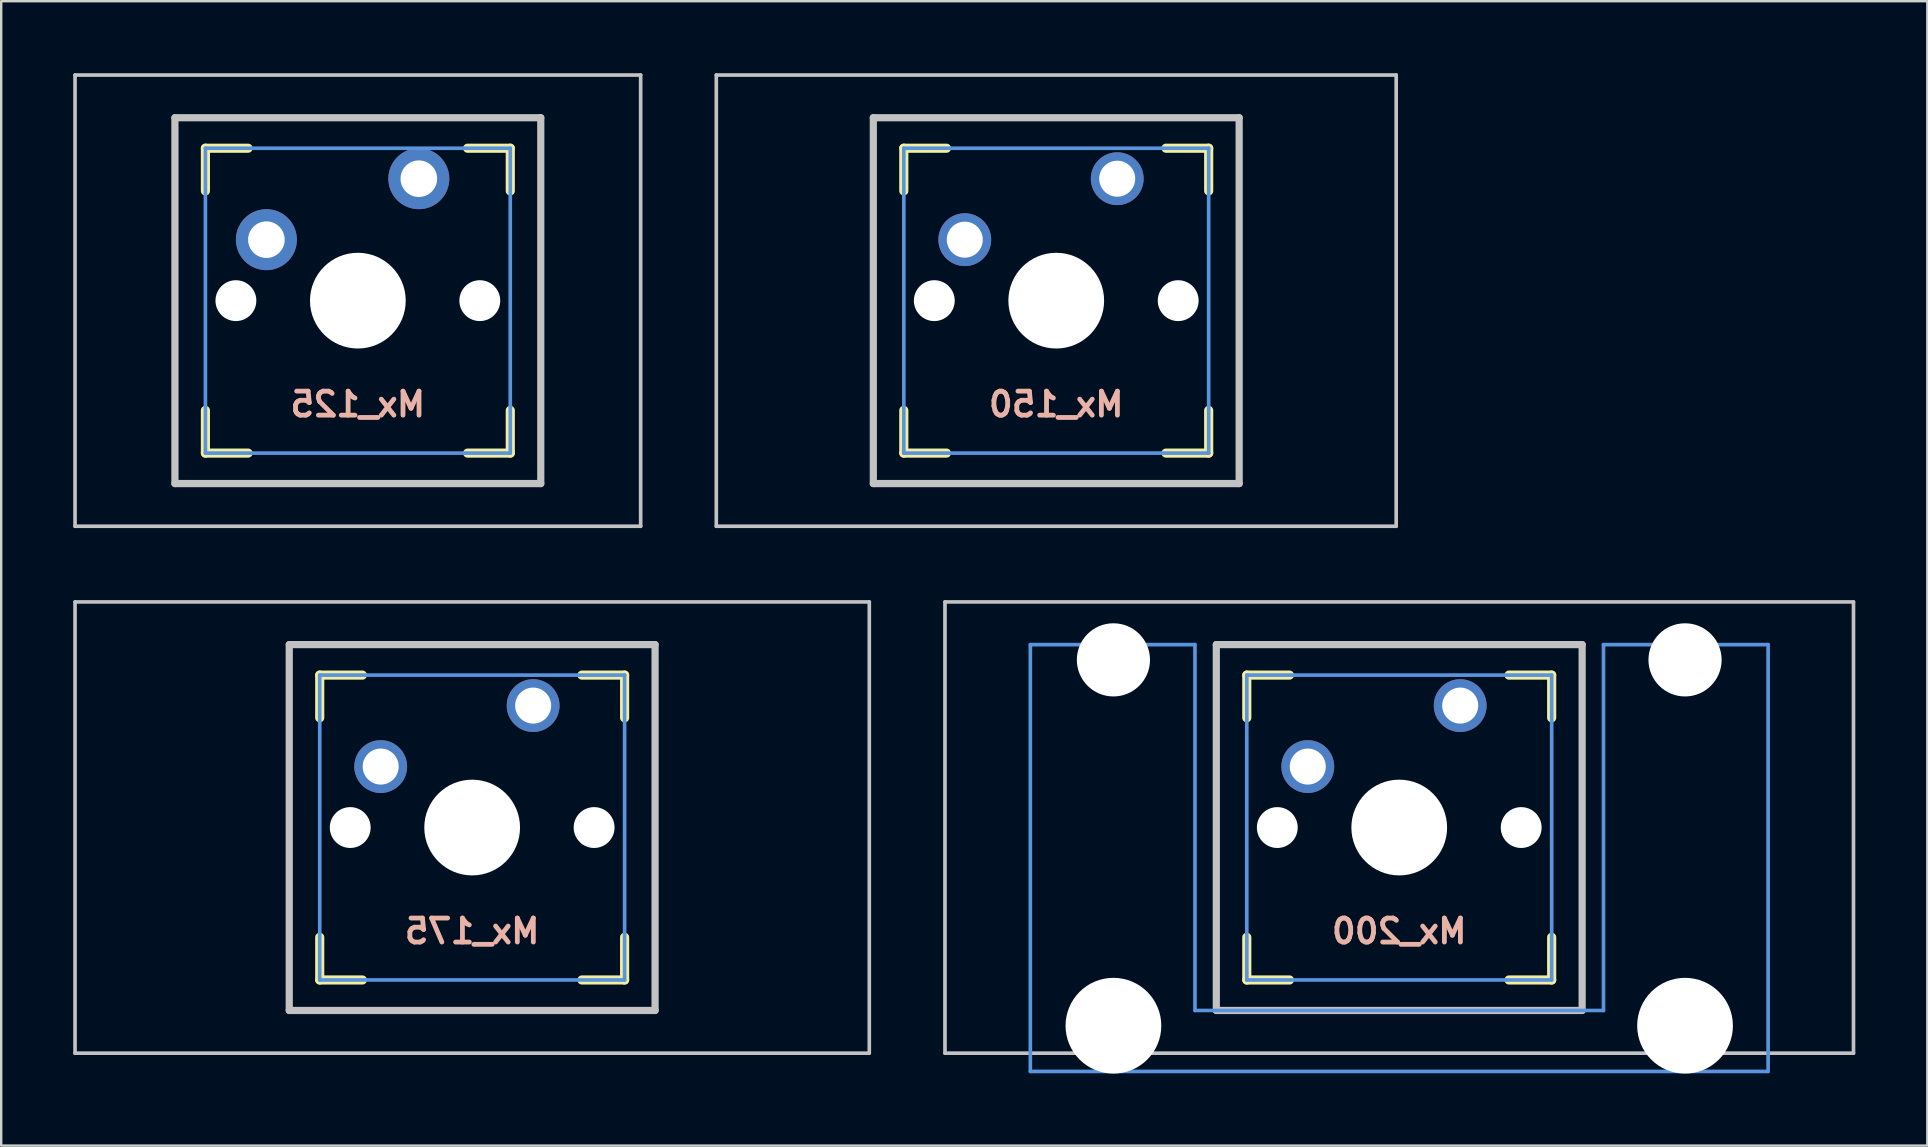
<source format=kicad_pcb>
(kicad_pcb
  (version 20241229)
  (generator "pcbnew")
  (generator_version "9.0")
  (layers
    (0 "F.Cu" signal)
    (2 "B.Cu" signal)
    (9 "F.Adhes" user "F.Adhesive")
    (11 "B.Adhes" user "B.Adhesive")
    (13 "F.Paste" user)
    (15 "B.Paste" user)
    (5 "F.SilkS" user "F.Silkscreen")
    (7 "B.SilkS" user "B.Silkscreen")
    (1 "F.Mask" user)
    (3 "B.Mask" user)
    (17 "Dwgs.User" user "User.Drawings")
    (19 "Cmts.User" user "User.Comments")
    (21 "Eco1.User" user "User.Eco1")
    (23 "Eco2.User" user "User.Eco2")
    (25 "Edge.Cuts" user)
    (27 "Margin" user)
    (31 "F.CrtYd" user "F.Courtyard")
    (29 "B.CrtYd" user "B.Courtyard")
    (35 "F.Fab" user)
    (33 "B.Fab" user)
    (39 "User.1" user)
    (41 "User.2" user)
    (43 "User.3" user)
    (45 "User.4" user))
  (footprint "Mx_125"
    (layer "F.Cu")
    (at 11.857 9.474)
    (property "Reference" "Mx_125" (at 0 4.318 0) (layer "B.SilkS") (effects (font (size 1 1) (thickness 0.2)) (justify mirror)))
    (attr through_hole)
    (fp_line (start -6.35 -6.35) (end -4.572 -6.35) (stroke (width 0.381) (type solid)) (layer "F.SilkS"))
    (fp_line (start -6.35 -4.572) (end -6.35 -6.35) (stroke (width 0.381) (type solid)) (layer "F.SilkS"))
    (fp_line (start -6.35 6.35) (end -6.35 4.572) (stroke (width 0.381) (type solid)) (layer "F.SilkS"))
    (fp_line (start -4.572 6.35) (end -6.35 6.35) (stroke (width 0.381) (type solid)) (layer "F.SilkS"))
    (fp_line (start 4.572 -6.35) (end 6.35 -6.35) (stroke (width 0.381) (type solid)) (layer "F.SilkS"))
    (fp_line (start 6.35 -6.35) (end 6.35 -4.572) (stroke (width 0.381) (type solid)) (layer "F.SilkS"))
    (fp_line (start 6.35 4.572) (end 6.35 6.35) (stroke (width 0.381) (type solid)) (layer "F.SilkS"))
    (fp_line (start 6.35 6.35) (end 4.572 6.35) (stroke (width 0.381) (type solid)) (layer "F.SilkS"))
    (fp_line (start -11.781 -9.398) (end 11.781 -9.398) (stroke (width 0.152) (type solid)) (layer "Dwgs.User"))
    (fp_line (start -11.781 9.398) (end -11.781 -9.398) (stroke (width 0.152) (type solid)) (layer "Dwgs.User"))
    (fp_line (start -7.62 -7.62) (end 7.62 -7.62) (stroke (width 0.3) (type solid)) (layer "Dwgs.User"))
    (fp_line (start -7.62 7.62) (end -7.62 -7.62) (stroke (width 0.3) (type solid)) (layer "Dwgs.User"))
    (fp_line (start 7.62 -7.62) (end 7.62 7.62) (stroke (width 0.3) (type solid)) (layer "Dwgs.User"))
    (fp_line (start 7.62 7.62) (end -7.62 7.62) (stroke (width 0.3) (type solid)) (layer "Dwgs.User"))
    (fp_line (start 11.781 -9.398) (end 11.781 9.398) (stroke (width 0.152) (type solid)) (layer "Dwgs.User"))
    (fp_line (start 11.781 9.398) (end -11.781 9.398) (stroke (width 0.152) (type solid)) (layer "Dwgs.User"))
    (fp_line (start -6.35 -6.35) (end 6.35 -6.35) (stroke (width 0.152) (type solid)) (layer "Cmts.User"))
    (fp_line (start -6.35 6.35) (end -6.35 -6.35) (stroke (width 0.152) (type solid)) (layer "Cmts.User"))
    (fp_line (start 6.35 -6.35) (end 6.35 6.35) (stroke (width 0.152) (type solid)) (layer "Cmts.User"))
    (fp_line (start 6.35 6.35) (end -6.35 6.35) (stroke (width 0.152) (type solid)) (layer "Cmts.User"))
    (fp_line (start -6.985 -6.985) (end 6.985 -6.985) (stroke (width 0.152) (type solid)) (layer "Eco2.User"))
    (fp_line (start -6.985 6.985) (end -6.985 -6.985) (stroke (width 0.152) (type solid)) (layer "Eco2.User"))
    (fp_line (start 6.985 -6.985) (end 6.985 6.985) (stroke (width 0.152) (type solid)) (layer "Eco2.User"))
    (fp_line (start 6.985 6.985) (end -6.985 6.985) (stroke (width 0.152) (type solid)) (layer "Eco2.User"))
    (pad "" np_thru_hole circle (at -5.08 0) (size 1.702 1.702) (drill 1.702) (layers "*.Cu" "*.Mask"))
    (pad "" np_thru_hole circle (at 0 0) (size 3.988 3.988) (drill 3.988) (layers "*.Cu" "*.Mask"))
    (pad "" np_thru_hole circle (at 5.08 0) (size 1.702 1.702) (drill 1.702) (layers "*.Cu" "*.Mask"))
    (pad "1" thru_hole circle (at 2.54 -5.08) (size 2.54 2.54) (drill 1.524) (layers "*.Cu" "*.Mask"))
    (pad "2" thru_hole circle (at -3.81 -2.54) (size 2.54 2.54) (drill 1.524) (layers "*.Cu" "*.Mask")))
  (footprint "Mx_200"
    (layer "F.Cu")
    (at 55.238 31.423)
    (property "Reference" "Mx_200" (at 0 4.318 0) (layer "B.SilkS") (effects (font (size 1 1) (thickness 0.2)) (justify mirror)))
    (attr through_hole)
    (fp_line (start -6.35 -6.35) (end -4.572 -6.35) (stroke (width 0.381) (type solid)) (layer "F.SilkS"))
    (fp_line (start -6.35 -4.572) (end -6.35 -6.35) (stroke (width 0.381) (type solid)) (layer "F.SilkS"))
    (fp_line (start -6.35 6.35) (end -6.35 4.572) (stroke (width 0.381) (type solid)) (layer "F.SilkS"))
    (fp_line (start -4.572 6.35) (end -6.35 6.35) (stroke (width 0.381) (type solid)) (layer "F.SilkS"))
    (fp_line (start 4.572 -6.35) (end 6.35 -6.35) (stroke (width 0.381) (type solid)) (layer "F.SilkS"))
    (fp_line (start 6.35 -6.35) (end 6.35 -4.572) (stroke (width 0.381) (type solid)) (layer "F.SilkS"))
    (fp_line (start 6.35 4.572) (end 6.35 6.35) (stroke (width 0.381) (type solid)) (layer "F.SilkS"))
    (fp_line (start 6.35 6.35) (end 4.572 6.35) (stroke (width 0.381) (type solid)) (layer "F.SilkS"))
    (fp_line (start -18.923 -9.398) (end 18.923 -9.398) (stroke (width 0.152) (type solid)) (layer "Dwgs.User"))
    (fp_line (start -18.923 9.398) (end -18.923 -9.398) (stroke (width 0.152) (type solid)) (layer "Dwgs.User"))
    (fp_line (start -7.62 -7.62) (end 7.62 -7.62) (stroke (width 0.3) (type solid)) (layer "Dwgs.User"))
    (fp_line (start -7.62 7.62) (end -7.62 -7.62) (stroke (width 0.3) (type solid)) (layer "Dwgs.User"))
    (fp_line (start 7.62 -7.62) (end 7.62 7.62) (stroke (width 0.3) (type solid)) (layer "Dwgs.User"))
    (fp_line (start 7.62 7.62) (end -7.62 7.62) (stroke (width 0.3) (type solid)) (layer "Dwgs.User"))
    (fp_line (start 18.923 -9.398) (end 18.923 9.398) (stroke (width 0.152) (type solid)) (layer "Dwgs.User"))
    (fp_line (start 18.923 9.398) (end -18.923 9.398) (stroke (width 0.152) (type solid)) (layer "Dwgs.User"))
    (fp_line (start -15.367 -7.62) (end -15.367 10.16) (stroke (width 0.152) (type solid)) (layer "Cmts.User"))
    (fp_line (start -15.367 10.16) (end 15.367 10.16) (stroke (width 0.152) (type solid)) (layer "Cmts.User"))
    (fp_line (start -8.509 -7.62) (end -15.367 -7.62) (stroke (width 0.152) (type solid)) (layer "Cmts.User"))
    (fp_line (start -8.509 7.62) (end -8.509 -7.62) (stroke (width 0.152) (type solid)) (layer "Cmts.User"))
    (fp_line (start -6.35 -6.35) (end 6.35 -6.35) (stroke (width 0.152) (type solid)) (layer "Cmts.User"))
    (fp_line (start -6.35 6.35) (end -6.35 -6.35) (stroke (width 0.152) (type solid)) (layer "Cmts.User"))
    (fp_line (start 6.35 -6.35) (end 6.35 6.35) (stroke (width 0.152) (type solid)) (layer "Cmts.User"))
    (fp_line (start 6.35 6.35) (end -6.35 6.35) (stroke (width 0.152) (type solid)) (layer "Cmts.User"))
    (fp_line (start 8.509 -7.62) (end 8.509 7.62) (stroke (width 0.152) (type solid)) (layer "Cmts.User"))
    (fp_line (start 8.509 7.62) (end -8.509 7.62) (stroke (width 0.152) (type solid)) (layer "Cmts.User"))
    (fp_line (start 15.367 -7.62) (end 8.509 -7.62) (stroke (width 0.152) (type solid)) (layer "Cmts.User"))
    (fp_line (start 15.367 10.16) (end 15.367 -7.62) (stroke (width 0.152) (type solid)) (layer "Cmts.User"))
    (fp_line (start -16.129 -2.286) (end -15.265 -2.286) (stroke (width 0.152) (type solid)) (layer "Eco2.User"))
    (fp_line (start -16.129 0.508) (end -16.129 -2.286) (stroke (width 0.152) (type solid)) (layer "Eco2.User"))
    (fp_line (start -15.265 -5.69) (end -8.611 -5.69) (stroke (width 0.152) (type solid)) (layer "Eco2.User"))
    (fp_line (start -15.265 -2.286) (end -15.265 -5.69) (stroke (width 0.152) (type solid)) (layer "Eco2.User"))
    (fp_line (start -15.265 0.508) (end -16.129 0.508) (stroke (width 0.152) (type solid)) (layer "Eco2.User"))
    (fp_line (start -15.265 6.604) (end -15.265 0.508) (stroke (width 0.152) (type solid)) (layer "Eco2.User"))
    (fp_line (start -14.224 6.604) (end -15.265 6.604) (stroke (width 0.152) (type solid)) (layer "Eco2.User"))
    (fp_line (start -14.224 7.772) (end -14.224 6.604) (stroke (width 0.152) (type solid)) (layer "Eco2.User"))
    (fp_line (start -9.652 6.604) (end -9.652 7.772) (stroke (width 0.152) (type solid)) (layer "Eco2.User"))
    (fp_line (start -9.652 7.772) (end -14.224 7.772) (stroke (width 0.152) (type solid)) (layer "Eco2.User"))
    (fp_line (start -8.611 -5.69) (end -8.611 -4.877) (stroke (width 0.152) (type solid)) (layer "Eco2.User"))
    (fp_line (start -8.611 -4.877) (end -6.985 -4.877) (stroke (width 0.152) (type solid)) (layer "Eco2.User"))
    (fp_line (start -8.611 5.817) (end -8.611 6.604) (stroke (width 0.152) (type solid)) (layer "Eco2.User"))
    (fp_line (start -8.611 6.604) (end -9.652 6.604) (stroke (width 0.152) (type solid)) (layer "Eco2.User"))
    (fp_line (start -6.985 -6.985) (end 6.985 -6.985) (stroke (width 0.152) (type solid)) (layer "Eco2.User"))
    (fp_line (start -6.985 -6.985) (end 6.985 -6.985) (stroke (width 0.152) (type solid)) (layer "Eco2.User"))
    (fp_line (start -6.985 -4.877) (end -6.985 -6.985) (stroke (width 0.152) (type solid)) (layer "Eco2.User"))
    (fp_line (start -6.985 5.817) (end -8.611 5.817) (stroke (width 0.152) (type solid)) (layer "Eco2.User"))
    (fp_line (start -6.985 6.985) (end -6.985 -6.985) (stroke (width 0.152) (type solid)) (layer "Eco2.User"))
    (fp_line (start -6.985 6.985) (end -6.985 5.817) (stroke (width 0.152) (type solid)) (layer "Eco2.User"))
    (fp_line (start 6.985 -6.985) (end 6.985 -4.877) (stroke (width 0.152) (type solid)) (layer "Eco2.User"))
    (fp_line (start 6.985 -6.985) (end 6.985 6.985) (stroke (width 0.152) (type solid)) (layer "Eco2.User"))
    (fp_line (start 6.985 -4.877) (end 8.611 -4.877) (stroke (width 0.152) (type solid)) (layer "Eco2.User"))
    (fp_line (start 6.985 5.817) (end 6.985 6.985) (stroke (width 0.152) (type solid)) (layer "Eco2.User"))
    (fp_line (start 6.985 6.985) (end -6.985 6.985) (stroke (width 0.152) (type solid)) (layer "Eco2.User"))
    (fp_line (start 6.985 6.985) (end -6.985 6.985) (stroke (width 0.152) (type solid)) (layer "Eco2.User"))
    (fp_line (start 8.611 -5.69) (end 15.265 -5.69) (stroke (width 0.152) (type solid)) (layer "Eco2.User"))
    (fp_line (start 8.611 -4.877) (end 8.611 -5.69) (stroke (width 0.152) (type solid)) (layer "Eco2.User"))
    (fp_line (start 8.611 5.817) (end 6.985 5.817) (stroke (width 0.152) (type solid)) (layer "Eco2.User"))
    (fp_line (start 8.611 6.604) (end 8.611 5.817) (stroke (width 0.152) (type solid)) (layer "Eco2.User"))
    (fp_line (start 9.652 6.604) (end 8.611 6.604) (stroke (width 0.152) (type solid)) (layer "Eco2.User"))
    (fp_line (start 9.652 7.772) (end 9.652 6.604) (stroke (width 0.152) (type solid)) (layer "Eco2.User"))
    (fp_line (start 14.224 6.604) (end 14.224 7.772) (stroke (width 0.152) (type solid)) (layer "Eco2.User"))
    (fp_line (start 14.224 7.772) (end 9.652 7.772) (stroke (width 0.152) (type solid)) (layer "Eco2.User"))
    (fp_line (start 15.265 -5.69) (end 15.265 -2.286) (stroke (width 0.152) (type solid)) (layer "Eco2.User"))
    (fp_line (start 15.265 -2.286) (end 16.129 -2.286) (stroke (width 0.152) (type solid)) (layer "Eco2.User"))
    (fp_line (start 15.265 0.508) (end 15.265 6.604) (stroke (width 0.152) (type solid)) (layer "Eco2.User"))
    (fp_line (start 15.265 6.604) (end 14.224 6.604) (stroke (width 0.152) (type solid)) (layer "Eco2.User"))
    (fp_line (start 16.129 -2.286) (end 16.129 0.508) (stroke (width 0.152) (type solid)) (layer "Eco2.User"))
    (fp_line (start 16.129 0.508) (end 15.265 0.508) (stroke (width 0.152) (type solid)) (layer "Eco2.User"))
    (pad "" np_thru_hole circle (at -11.906 -6.985) (size 3.048 3.048) (drill 3.048) (layers "*.Cu" "*.Mask"))
    (pad "" np_thru_hole circle (at -11.906 8.255) (size 3.988 3.988) (drill 3.988) (layers "*.Cu" "*.Mask"))
    (pad "" np_thru_hole circle (at -5.08 0) (size 1.702 1.702) (drill 1.702) (layers "*.Cu" "*.Mask"))
    (pad "" np_thru_hole circle (at 0 0) (size 3.988 3.988) (drill 3.988) (layers "*.Cu" "*.Mask"))
    (pad "" np_thru_hole circle (at 5.08 0) (size 1.702 1.702) (drill 1.702) (layers "*.Cu" "*.Mask"))
    (pad "" np_thru_hole circle (at 11.906 -6.985) (size 3.048 3.048) (drill 3.048) (layers "*.Cu" "*.Mask"))
    (pad "" np_thru_hole circle (at 11.906 8.255) (size 3.988 3.988) (drill 3.988) (layers "*.Cu" "*.Mask"))
    (pad "1" thru_hole circle (at 2.54 -5.08) (size 2.2 2.2) (drill 1.5) (layers "*.Cu" "*.Mask"))
    (pad "2" thru_hole circle (at -3.81 -2.54) (size 2.2 2.2) (drill 1.5) (layers "*.Cu" "*.Mask")))
  (footprint "Mx_150"
    (layer "F.Cu")
    (at 40.95 9.474)
    (property "Reference" "Mx_150" (at 0 4.318 0) (layer "B.SilkS") (effects (font (size 1 1) (thickness 0.2)) (justify mirror)))
    (attr through_hole)
    (fp_line (start -6.35 -6.35) (end -4.572 -6.35) (stroke (width 0.381) (type solid)) (layer "F.SilkS"))
    (fp_line (start -6.35 -4.572) (end -6.35 -6.35) (stroke (width 0.381) (type solid)) (layer "F.SilkS"))
    (fp_line (start -6.35 6.35) (end -6.35 4.572) (stroke (width 0.381) (type solid)) (layer "F.SilkS"))
    (fp_line (start -4.572 6.35) (end -6.35 6.35) (stroke (width 0.381) (type solid)) (layer "F.SilkS"))
    (fp_line (start 4.572 -6.35) (end 6.35 -6.35) (stroke (width 0.381) (type solid)) (layer "F.SilkS"))
    (fp_line (start 6.35 -6.35) (end 6.35 -4.572) (stroke (width 0.381) (type solid)) (layer "F.SilkS"))
    (fp_line (start 6.35 4.572) (end 6.35 6.35) (stroke (width 0.381) (type solid)) (layer "F.SilkS"))
    (fp_line (start 6.35 6.35) (end 4.572 6.35) (stroke (width 0.381) (type solid)) (layer "F.SilkS"))
    (fp_line (start -14.161 -9.398) (end 14.161 -9.398) (stroke (width 0.152) (type solid)) (layer "Dwgs.User"))
    (fp_line (start -14.161 9.398) (end -14.161 -9.398) (stroke (width 0.152) (type solid)) (layer "Dwgs.User"))
    (fp_line (start -7.62 -7.62) (end 7.62 -7.62) (stroke (width 0.3) (type solid)) (layer "Dwgs.User"))
    (fp_line (start -7.62 7.62) (end -7.62 -7.62) (stroke (width 0.3) (type solid)) (layer "Dwgs.User"))
    (fp_line (start 7.62 -7.62) (end 7.62 7.62) (stroke (width 0.3) (type solid)) (layer "Dwgs.User"))
    (fp_line (start 7.62 7.62) (end -7.62 7.62) (stroke (width 0.3) (type solid)) (layer "Dwgs.User"))
    (fp_line (start 14.161 -9.398) (end 14.161 9.398) (stroke (width 0.152) (type solid)) (layer "Dwgs.User"))
    (fp_line (start 14.161 9.398) (end -14.161 9.398) (stroke (width 0.152) (type solid)) (layer "Dwgs.User"))
    (fp_line (start -6.35 -6.35) (end 6.35 -6.35) (stroke (width 0.152) (type solid)) (layer "Cmts.User"))
    (fp_line (start -6.35 6.35) (end -6.35 -6.35) (stroke (width 0.152) (type solid)) (layer "Cmts.User"))
    (fp_line (start 6.35 -6.35) (end 6.35 6.35) (stroke (width 0.152) (type solid)) (layer "Cmts.User"))
    (fp_line (start 6.35 6.35) (end -6.35 6.35) (stroke (width 0.152) (type solid)) (layer "Cmts.User"))
    (fp_line (start -6.985 -6.985) (end 6.985 -6.985) (stroke (width 0.152) (type solid)) (layer "Eco2.User"))
    (fp_line (start -6.985 6.985) (end -6.985 -6.985) (stroke (width 0.152) (type solid)) (layer "Eco2.User"))
    (fp_line (start 6.985 -6.985) (end 6.985 6.985) (stroke (width 0.152) (type solid)) (layer "Eco2.User"))
    (fp_line (start 6.985 6.985) (end -6.985 6.985) (stroke (width 0.152) (type solid)) (layer "Eco2.User"))
    (pad "" np_thru_hole circle (at -5.08 0) (size 1.702 1.702) (drill 1.702) (layers "*.Cu" "*.Mask"))
    (pad "" np_thru_hole circle (at 0 0) (size 3.988 3.988) (drill 3.988) (layers "*.Cu" "*.Mask"))
    (pad "" np_thru_hole circle (at 5.08 0) (size 1.702 1.702) (drill 1.702) (layers "*.Cu" "*.Mask"))
    (pad "1" thru_hole circle (at 2.54 -5.08) (size 2.2 2.2) (drill 1.5) (layers "*.Cu" "*.Mask"))
    (pad "2" thru_hole circle (at -3.81 -2.54) (size 2.2 2.2) (drill 1.5) (layers "*.Cu" "*.Mask")))
  (footprint "Mx_175"
    (layer "F.Cu")
    (at 16.619 31.423)
    (property "Reference" "Mx_175" (at 0 4.318 0) (layer "B.SilkS") (effects (font (size 1 1) (thickness 0.2)) (justify mirror)))
    (attr through_hole)
    (fp_line (start -6.35 -6.35) (end -4.572 -6.35) (stroke (width 0.381) (type solid)) (layer "F.SilkS"))
    (fp_line (start -6.35 -4.572) (end -6.35 -6.35) (stroke (width 0.381) (type solid)) (layer "F.SilkS"))
    (fp_line (start -6.35 6.35) (end -6.35 4.572) (stroke (width 0.381) (type solid)) (layer "F.SilkS"))
    (fp_line (start -4.572 6.35) (end -6.35 6.35) (stroke (width 0.381) (type solid)) (layer "F.SilkS"))
    (fp_line (start 4.572 -6.35) (end 6.35 -6.35) (stroke (width 0.381) (type solid)) (layer "F.SilkS"))
    (fp_line (start 6.35 -6.35) (end 6.35 -4.572) (stroke (width 0.381) (type solid)) (layer "F.SilkS"))
    (fp_line (start 6.35 4.572) (end 6.35 6.35) (stroke (width 0.381) (type solid)) (layer "F.SilkS"))
    (fp_line (start 6.35 6.35) (end 4.572 6.35) (stroke (width 0.381) (type solid)) (layer "F.SilkS"))
    (fp_line (start -16.543 -9.398) (end 16.543 -9.398) (stroke (width 0.152) (type solid)) (layer "Dwgs.User"))
    (fp_line (start -16.543 9.398) (end -16.543 -9.398) (stroke (width 0.152) (type solid)) (layer "Dwgs.User"))
    (fp_line (start -7.62 -7.62) (end 7.62 -7.62) (stroke (width 0.3) (type solid)) (layer "Dwgs.User"))
    (fp_line (start -7.62 7.62) (end -7.62 -7.62) (stroke (width 0.3) (type solid)) (layer "Dwgs.User"))
    (fp_line (start 7.62 -7.62) (end 7.62 7.62) (stroke (width 0.3) (type solid)) (layer "Dwgs.User"))
    (fp_line (start 7.62 7.62) (end -7.62 7.62) (stroke (width 0.3) (type solid)) (layer "Dwgs.User"))
    (fp_line (start 16.543 -9.398) (end 16.543 9.398) (stroke (width 0.152) (type solid)) (layer "Dwgs.User"))
    (fp_line (start 16.543 9.398) (end -16.543 9.398) (stroke (width 0.152) (type solid)) (layer "Dwgs.User"))
    (fp_line (start -6.35 -6.35) (end 6.35 -6.35) (stroke (width 0.152) (type solid)) (layer "Cmts.User"))
    (fp_line (start -6.35 6.35) (end -6.35 -6.35) (stroke (width 0.152) (type solid)) (layer "Cmts.User"))
    (fp_line (start 6.35 -6.35) (end 6.35 6.35) (stroke (width 0.152) (type solid)) (layer "Cmts.User"))
    (fp_line (start 6.35 6.35) (end -6.35 6.35) (stroke (width 0.152) (type solid)) (layer "Cmts.User"))
    (fp_line (start -6.985 -6.985) (end 6.985 -6.985) (stroke (width 0.152) (type solid)) (layer "Eco2.User"))
    (fp_line (start -6.985 6.985) (end -6.985 -6.985) (stroke (width 0.152) (type solid)) (layer "Eco2.User"))
    (fp_line (start 6.985 -6.985) (end 6.985 6.985) (stroke (width 0.152) (type solid)) (layer "Eco2.User"))
    (fp_line (start 6.985 6.985) (end -6.985 6.985) (stroke (width 0.152) (type solid)) (layer "Eco2.User"))
    (pad "" np_thru_hole circle (at -5.08 0) (size 1.702 1.702) (drill 1.702) (layers "*.Cu" "*.Mask"))
    (pad "" np_thru_hole circle (at 0 0) (size 3.988 3.988) (drill 3.988) (layers "*.Cu" "*.Mask"))
    (pad "" np_thru_hole circle (at 5.08 0) (size 1.702 1.702) (drill 1.702) (layers "*.Cu" "*.Mask"))
    (pad "1" thru_hole circle (at 2.54 -5.08) (size 2.2 2.2) (drill 1.5) (layers "*.Cu" "*.Mask"))
    (pad "2" thru_hole circle (at -3.81 -2.54) (size 2.2 2.2) (drill 1.5) (layers "*.Cu" "*.Mask")))
  (gr_rect
    (start -3 -3)
    (end 77.237 44.672)
    (stroke (width 0.1) (type default))
    (fill no)
    (layer "Edge.Cuts")))
</source>
